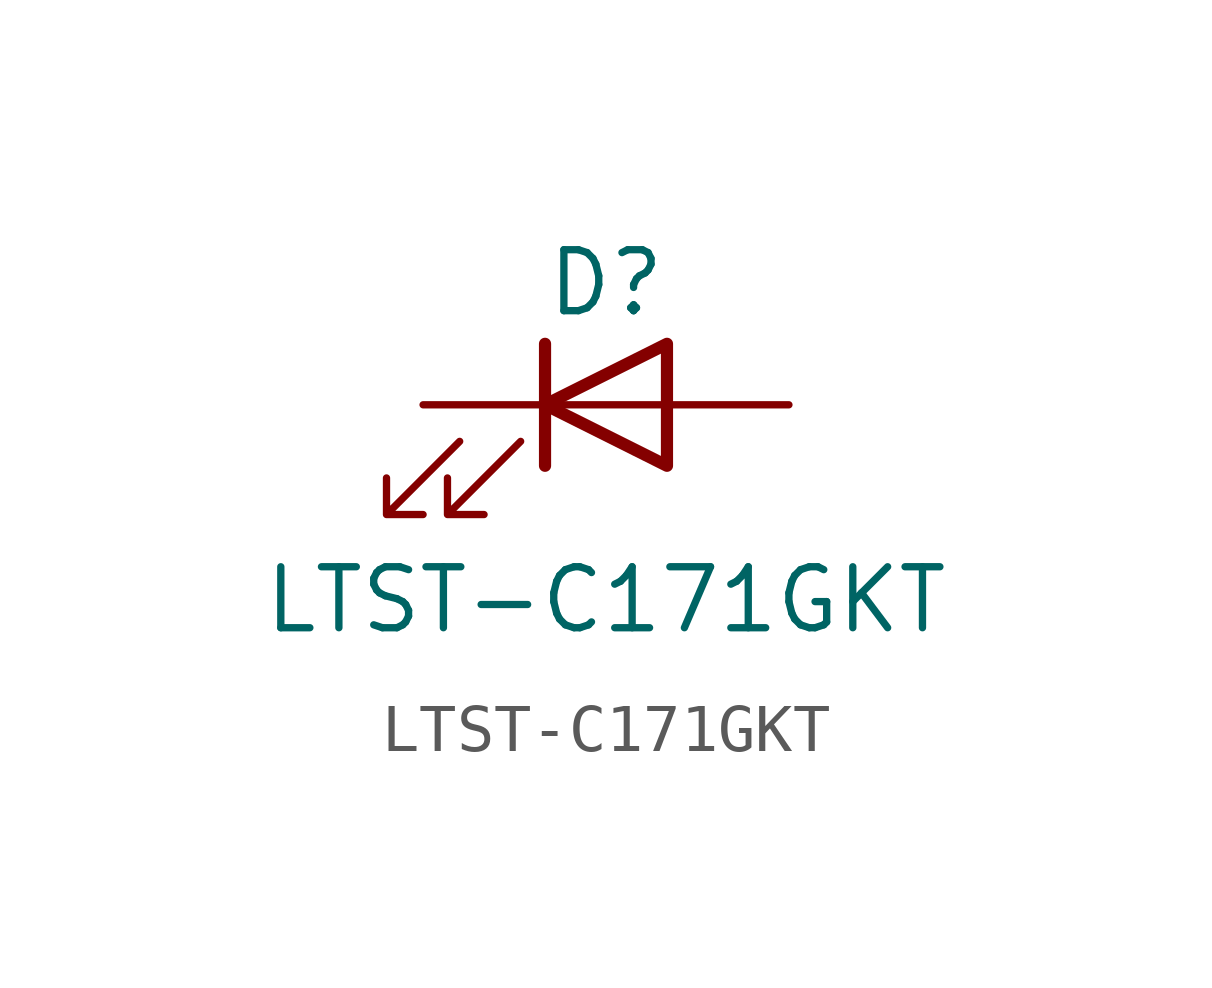
<source format=kicad_sym>
(kicad_symbol_lib
  (version 20241209)
  (generator "kicad_symbol_editor")
  (generator_version "9.0")
  (symbol "LTST-C171GKT"
    (pin_numbers
      (hide yes))
    (pin_names
      (offset 1.016)
      (hide yes))
    (property "Reference" "D"
      (at 0 2.54 0)
      (effects (font (size 1.27 1.27))))
    (property "Value" "LTST-C171GKT"
      (at 0 -4.064 0)
      (effects (font (size 1.27 1.27))))
    (symbol "LTST-C171GKT_0_1"
      (polyline (pts (xy -3.048 -0.762) (xy -4.572 -2.286) (xy -3.81 -2.286) (xy -4.572 -2.286) (xy -4.572 -1.524)) (stroke (width 0) (type default)) (fill (type none)))
      (polyline (pts (xy -1.778 -0.762) (xy -3.302 -2.286) (xy -2.54 -2.286) (xy -3.302 -2.286) (xy -3.302 -1.524)) (stroke (width 0) (type default)) (fill (type none)))
      (polyline (pts (xy -1.27 0) (xy 1.27 0)) (stroke (width 0) (type default)) (fill (type none)))
      (polyline (pts (xy -1.27 -1.27) (xy -1.27 1.27)) (stroke (width 0.254) (type default)) (fill (type none)))
      (polyline (pts (xy 1.27 -1.27) (xy 1.27 1.27) (xy -1.27 0) (xy 1.27 -1.27)) (stroke (width 0.254) (type default)) (fill (type none))))
    (symbol "LTST-C171GKT_1_1"
      (pin passive line (at -3.81 0 0) (length 2.54) (name "K" (effects (font (size 1.27 1.27)))) (number "1" (effects (font (size 1.27 1.27)))))
      (pin passive line (at 3.81 0 180) (length 2.54) (name "A" (effects (font (size 1.27 1.27)))) (number "2" (effects (font (size 1.27 1.27))))))))
</source>
